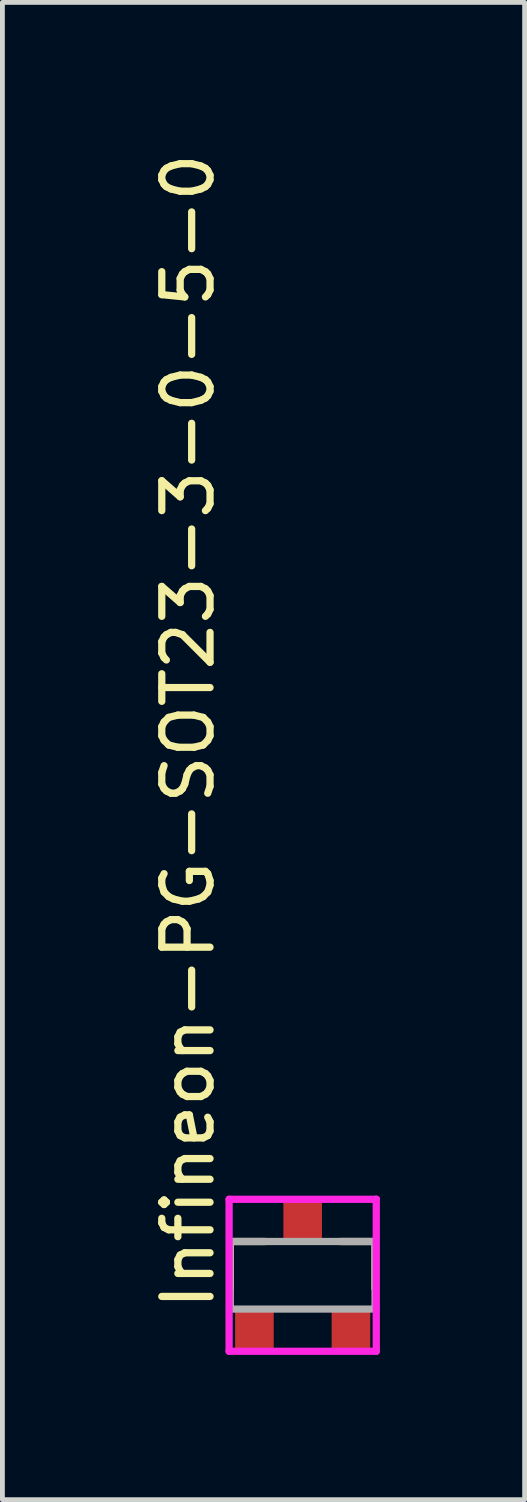
<source format=kicad_pcb>
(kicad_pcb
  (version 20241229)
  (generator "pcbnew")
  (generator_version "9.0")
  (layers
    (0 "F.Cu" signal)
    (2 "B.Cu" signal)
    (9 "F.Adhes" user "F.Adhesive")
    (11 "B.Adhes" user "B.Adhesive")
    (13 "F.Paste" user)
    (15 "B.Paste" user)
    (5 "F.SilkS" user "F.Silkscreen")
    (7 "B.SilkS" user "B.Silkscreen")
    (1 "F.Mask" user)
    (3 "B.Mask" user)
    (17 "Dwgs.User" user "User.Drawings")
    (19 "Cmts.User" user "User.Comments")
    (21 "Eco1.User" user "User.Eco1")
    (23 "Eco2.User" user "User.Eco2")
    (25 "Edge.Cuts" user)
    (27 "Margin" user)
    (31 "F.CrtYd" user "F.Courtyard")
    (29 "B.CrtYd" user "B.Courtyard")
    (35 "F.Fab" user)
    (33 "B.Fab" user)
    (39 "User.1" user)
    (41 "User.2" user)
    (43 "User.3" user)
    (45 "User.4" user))
  (footprint "Infineon-PG-SOT23-3-0-5-0"
    (layer "F.Cu")
    (at 3.223 23.38)
    (property "Reference" "Infineon-PG-SOT23-3-0-5-0" (at -2.375 0.775 270) (layer "F.SilkS") (effects (font (size 1 1) (thickness 0.15)) (justify left)))
    (attr through_hole)
    (fp_line (start -1.5 -0.7) (end -0.775 -0.7) (stroke (width 0.15) (type solid)) (layer "F.SilkS"))
    (fp_line (start -1.5 0.275) (end -1.5 -0.7) (stroke (width 0.15) (type solid)) (layer "F.SilkS"))
    (fp_line (start 0.775 -0.7) (end 1.5 -0.7) (stroke (width 0.15) (type solid)) (layer "F.SilkS"))
    (fp_line (start 1.5 0.275) (end 1.5 -0.7) (stroke (width 0.15) (type solid)) (layer "F.SilkS"))
    (fp_line (start -1.525 -1.575) (end -1.525 1.575) (stroke (width 0.15) (type solid)) (layer "F.CrtYd"))
    (fp_line (start -1.525 1.575) (end 1.525 1.575) (stroke (width 0.15) (type solid)) (layer "F.CrtYd"))
    (fp_line (start 1.525 -1.575) (end -1.525 -1.575) (stroke (width 0.15) (type solid)) (layer "F.CrtYd"))
    (fp_line (start 1.525 -1.575) (end 1.525 -1.575) (stroke (width 0.15) (type solid)) (layer "F.CrtYd"))
    (fp_line (start 1.525 1.575) (end 1.525 -1.575) (stroke (width 0.15) (type solid)) (layer "F.CrtYd"))
    (fp_line (start -1.5 -0.7) (end 1.5 -0.7) (stroke (width 0.15) (type solid)) (layer "F.Fab"))
    (fp_line (start -1.5 0.7) (end -1.5 -0.7) (stroke (width 0.15) (type solid)) (layer "F.Fab"))
    (fp_line (start 1.5 -0.7) (end 1.5 0.7) (stroke (width 0.15) (type solid)) (layer "F.Fab"))
    (fp_line (start 1.5 0.7) (end -1.5 0.7) (stroke (width 0.15) (type solid)) (layer "F.Fab"))
    (pad "1" smd rect (at -1 1.1) (size 0.8 0.9) (layers "F.Cu" "F.Mask" "F.Paste"))
    (pad "2" smd rect (at 1 1.1) (size 0.8 0.9) (layers "F.Cu" "F.Mask" "F.Paste"))
    (pad "3" smd rect (at 0 -1.1) (size 0.8 0.9) (layers "F.Cu" "F.Mask" "F.Paste")))
  (gr_rect
    (start -3 -3)
    (end 7.823 28.03)
    (stroke (width 0.1) (type default))
    (fill no)
    (layer "Edge.Cuts")))
</source>
